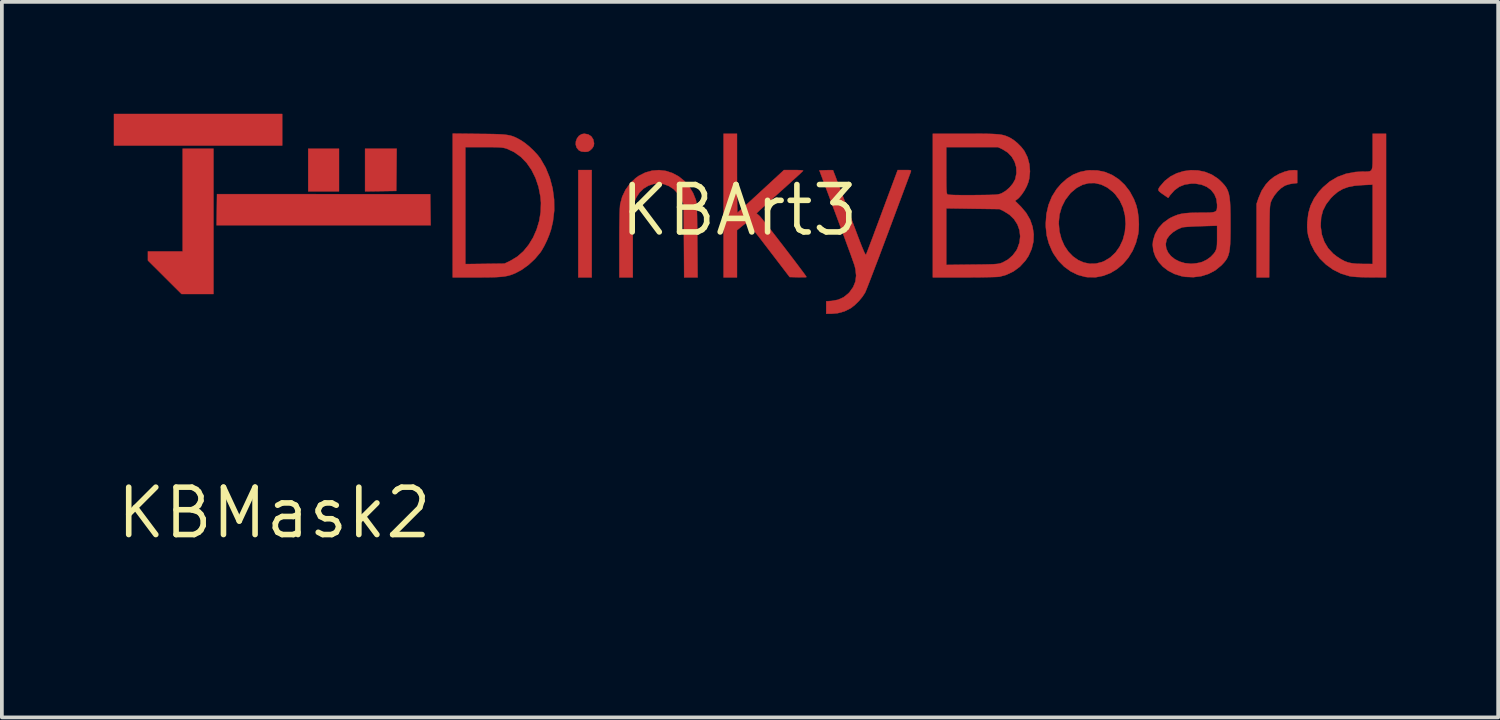
<source format=kicad_pcb>
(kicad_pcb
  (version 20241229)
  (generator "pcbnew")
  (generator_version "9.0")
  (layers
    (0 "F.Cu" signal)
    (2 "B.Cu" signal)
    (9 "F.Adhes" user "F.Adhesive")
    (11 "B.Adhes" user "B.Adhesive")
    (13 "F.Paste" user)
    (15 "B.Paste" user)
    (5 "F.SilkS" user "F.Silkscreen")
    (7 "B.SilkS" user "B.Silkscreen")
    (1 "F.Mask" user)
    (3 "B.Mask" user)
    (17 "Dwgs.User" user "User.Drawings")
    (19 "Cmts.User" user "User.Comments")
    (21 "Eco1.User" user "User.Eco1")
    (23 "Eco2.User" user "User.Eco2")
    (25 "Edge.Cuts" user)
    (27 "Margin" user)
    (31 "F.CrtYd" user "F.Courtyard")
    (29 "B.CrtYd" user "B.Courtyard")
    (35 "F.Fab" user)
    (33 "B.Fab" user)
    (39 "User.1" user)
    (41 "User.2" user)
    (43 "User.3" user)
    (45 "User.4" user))
  (footprint "KBArt3"
    (layer "F.Cu")
    (at 16.769 2.587)
    (property "Reference" "KBArt3" (at 0 0 0) (layer "F.SilkS") (effects (font (size 1.27 1.27) (thickness 0.15))))
    (attr through_hole)
    (fp_poly (pts (xy -12.255 -1.736) (xy -16.764 -1.736) (xy -16.764 -2.582) (xy -12.255 -2.582) (xy -12.255 -1.736)) (stroke (width 0.01) (type solid)) (fill yes) (layer "F.Cu"))
    (fp_poly (pts (xy -10.732 -0.508) (xy -11.557 -0.508) (xy -11.557 -1.651) (xy -10.732 -1.651) (xy -10.732 -0.508)) (stroke (width 0.01) (type solid)) (fill yes) (layer "F.Cu"))
    (fp_poly (pts (xy -3.958 1.799) (xy -4.318 1.799) (xy -4.318 -1.079) (xy -3.958 -1.079) (xy -3.958 1.799)) (stroke (width 0.01) (type solid)) (fill yes) (layer "F.Cu"))
    (fp_poly (pts (xy -9.191 -1.085) (xy -9.197 -0.519) (xy -9.615 -0.513) (xy -10.033 -0.507) (xy -10.033 -1.651) (xy -9.186 -1.651) (xy -9.191 -1.085)) (stroke (width 0.01) (type solid)) (fill yes) (layer "F.Cu"))
    (fp_poly (pts (xy -8.287 -0.431) (xy -8.281 -0.014) (xy -8.275 0.402) (xy -14.013 0.402) (xy -14.007 -0.016) (xy -14.002 -0.434) (xy -8.287 -0.431)) (stroke (width 0.01) (type solid)) (fill yes) (layer "F.Cu"))
    (fp_poly (pts (xy -14.097 2.244) (xy -14.952 2.244) (xy -15.403 1.795) (xy -15.854 1.345) (xy -15.854 1.101) (xy -14.922 1.101) (xy -14.922 -1.651) (xy -14.097 -1.651) (xy -14.097 2.244)) (stroke (width 0.01) (type solid)) (fill yes) (layer "F.Cu"))
    (fp_poly (pts (xy -4.053 -2.035) (xy -3.971 -1.983) (xy -3.917 -1.902) (xy -3.895 -1.799) (xy -3.895 -1.788) (xy -3.904 -1.726) (xy -3.937 -1.67) (xy -3.967 -1.638) (xy -4.018 -1.593) (xy -4.067 -1.572) (xy -4.133 -1.566) (xy -4.144 -1.566) (xy -4.236 -1.576) (xy -4.302 -1.608) (xy -4.304 -1.61) (xy -4.361 -1.678) (xy -4.386 -1.759) (xy -4.382 -1.846) (xy -4.352 -1.927) (xy -4.301 -1.995) (xy -4.229 -2.04) (xy -4.157 -2.053) (xy -4.053 -2.035)) (stroke (width 0.01) (type solid)) (fill yes) (layer "F.Cu"))
    (fp_poly (pts (xy 14.885 -1.076) (xy 14.954 -1.069) (xy 14.954 -0.73) (xy 14.835 -0.717) (xy 14.746 -0.701) (xy 14.655 -0.673) (xy 14.619 -0.658) (xy 14.523 -0.595) (xy 14.427 -0.504) (xy 14.34 -0.397) (xy 14.275 -0.287) (xy 14.263 -0.259) (xy 14.251 -0.23) (xy 14.241 -0.201) (xy 14.233 -0.169) (xy 14.227 -0.129) (xy 14.222 -0.078) (xy 14.218 -0.012) (xy 14.215 0.074) (xy 14.213 0.184) (xy 14.211 0.322) (xy 14.209 0.492) (xy 14.208 0.697) (xy 14.207 0.831) (xy 14.201 1.799) (xy 13.864 1.799) (xy 13.864 -0.172) (xy 13.917 -0.331) (xy 14.001 -0.527) (xy 14.112 -0.694) (xy 14.221 -0.811) (xy 14.337 -0.901) (xy 14.471 -0.977) (xy 14.614 -1.034) (xy 14.752 -1.069) (xy 14.876 -1.076) (xy 14.885 -1.076)) (stroke (width 0.01) (type solid)) (fill yes) (layer "F.Cu"))
    (fp_poly (pts (xy -1.97 -1.055) (xy -1.794 -0.998) (xy -1.629 -0.91) (xy -1.479 -0.79) (xy -1.349 -0.642) (xy -1.242 -0.466) (xy -1.173 -0.296) (xy -1.163 -0.265) (xy -1.156 -0.229) (xy -1.15 -0.184) (xy -1.144 -0.126) (xy -1.14 -0.052) (xy -1.137 0.044) (xy -1.134 0.164) (xy -1.132 0.313) (xy -1.13 0.495) (xy -1.128 0.714) (xy -1.127 0.81) (xy -1.119 1.799) (xy -1.48 1.799) (xy -1.492 -0.159) (xy -1.56 -0.301) (xy -1.65 -0.451) (xy -1.761 -0.567) (xy -1.887 -0.65) (xy -2.023 -0.701) (xy -2.164 -0.719) (xy -2.305 -0.705) (xy -2.44 -0.66) (xy -2.566 -0.584) (xy -2.675 -0.478) (xy -2.765 -0.342) (xy -2.824 -0.192) (xy -2.832 -0.158) (xy -2.839 -0.116) (xy -2.844 -0.062) (xy -2.849 0.008) (xy -2.852 0.099) (xy -2.855 0.214) (xy -2.856 0.358) (xy -2.857 0.534) (xy -2.857 0.746) (xy -2.857 0.861) (xy -2.857 1.799) (xy -3.217 1.799) (xy -3.217 0.885) (xy -3.217 0.645) (xy -3.215 0.428) (xy -3.212 0.24) (xy -3.209 0.082) (xy -3.204 -0.043) (xy -3.198 -0.13) (xy -3.194 -0.168) (xy -3.141 -0.363) (xy -3.052 -0.549) (xy -2.931 -0.717) (xy -2.784 -0.86) (xy -2.698 -0.922) (xy -2.521 -1.012) (xy -2.338 -1.063) (xy -2.153 -1.077) (xy -1.97 -1.055)) (stroke (width 0.01) (type solid)) (fill yes) (layer "F.Cu"))
    (fp_poly (pts (xy 17.335 1.799) (xy 16.917 1.797) (xy 16.709 1.794) (xy 16.542 1.787) (xy 16.415 1.775) (xy 16.351 1.765) (xy 16.126 1.696) (xy 15.917 1.592) (xy 15.727 1.456) (xy 15.56 1.293) (xy 15.422 1.105) (xy 15.317 0.899) (xy 15.249 0.685) (xy 15.229 0.571) (xy 15.221 0.453) (xy 15.223 0.393) (xy 15.582 0.393) (xy 15.584 0.443) (xy 15.614 0.654) (xy 15.681 0.846) (xy 15.783 1.017) (xy 15.919 1.164) (xy 16.008 1.234) (xy 16.119 1.307) (xy 16.218 1.361) (xy 16.316 1.398) (xy 16.422 1.42) (xy 16.549 1.433) (xy 16.706 1.437) (xy 16.716 1.437) (xy 16.976 1.439) (xy 16.976 0.376) (xy 16.976 -0.688) (xy 16.695 -0.675) (xy 16.491 -0.658) (xy 16.319 -0.624) (xy 16.171 -0.57) (xy 16.039 -0.492) (xy 15.916 -0.388) (xy 15.853 -0.323) (xy 15.729 -0.162) (xy 15.643 0.007) (xy 15.595 0.19) (xy 15.582 0.393) (xy 15.223 0.393) (xy 15.224 0.315) (xy 15.225 0.309) (xy 15.252 0.081) (xy 15.311 -0.125) (xy 15.405 -0.316) (xy 15.535 -0.498) (xy 15.643 -0.615) (xy 15.828 -0.774) (xy 16.034 -0.895) (xy 16.26 -0.979) (xy 16.505 -1.026) (xy 16.697 -1.037) (xy 16.783 -1.036) (xy 16.849 -1.038) (xy 16.898 -1.046) (xy 16.933 -1.066) (xy 16.955 -1.102) (xy 16.968 -1.16) (xy 16.974 -1.244) (xy 16.976 -1.359) (xy 16.976 -1.51) (xy 16.976 -1.567) (xy 16.976 -2.053) (xy 17.335 -2.053) (xy 17.335 1.799)) (stroke (width 0.01) (type solid)) (fill yes) (layer "F.Cu"))
    (fp_poly (pts (xy -6.969 -2.048) (xy -6.758 -2.046) (xy -6.583 -2.043) (xy -6.44 -2.038) (xy -6.324 -2.031) (xy -6.228 -2.02) (xy -6.147 -2.005) (xy -6.077 -1.985) (xy -6.012 -1.959) (xy -5.946 -1.927) (xy -5.873 -1.886) (xy -5.843 -1.869) (xy -5.74 -1.798) (xy -5.626 -1.704) (xy -5.512 -1.596) (xy -5.411 -1.487) (xy -5.336 -1.391) (xy -5.191 -1.14) (xy -5.081 -0.87) (xy -5.005 -0.584) (xy -4.966 -0.29) (xy -4.963 0.008) (xy -4.998 0.304) (xy -5.049 0.519) (xy -5.097 0.66) (xy -5.159 0.81) (xy -5.229 0.954) (xy -5.3 1.078) (xy -5.336 1.132) (xy -5.481 1.304) (xy -5.65 1.461) (xy -5.832 1.593) (xy -6.006 1.686) (xy -6.078 1.716) (xy -6.148 1.74) (xy -6.222 1.759) (xy -6.304 1.774) (xy -6.402 1.784) (xy -6.52 1.792) (xy -6.664 1.796) (xy -6.839 1.798) (xy -7.043 1.799) (xy -7.684 1.799) (xy -7.684 -1.693) (xy -7.345 -1.693) (xy -7.345 1.442) (xy -6.297 1.429) (xy -6.13 1.349) (xy -5.952 1.241) (xy -5.79 1.099) (xy -5.649 0.926) (xy -5.529 0.73) (xy -5.434 0.514) (xy -5.365 0.284) (xy -5.326 0.044) (xy -5.318 -0.2) (xy -5.332 -0.366) (xy -5.383 -0.626) (xy -5.464 -0.866) (xy -5.571 -1.082) (xy -5.702 -1.271) (xy -5.857 -1.431) (xy -6.032 -1.557) (xy -6.225 -1.648) (xy -6.235 -1.651) (xy -6.279 -1.665) (xy -6.325 -1.675) (xy -6.379 -1.683) (xy -6.449 -1.688) (xy -6.54 -1.691) (xy -6.66 -1.693) (xy -6.814 -1.693) (xy -6.851 -1.693) (xy -7.345 -1.693) (xy -7.684 -1.693) (xy -7.684 -2.056) (xy -6.969 -2.048)) (stroke (width 0.01) (type solid)) (fill yes) (layer "F.Cu"))
    (fp_poly (pts (xy 9.595 -1.069) (xy 9.8 -1.026) (xy 9.993 -0.946) (xy 10.17 -0.831) (xy 10.328 -0.683) (xy 10.465 -0.506) (xy 10.576 -0.3) (xy 10.641 -0.131) (xy 10.677 0.019) (xy 10.7 0.193) (xy 10.709 0.375) (xy 10.702 0.547) (xy 10.69 0.642) (xy 10.631 0.872) (xy 10.542 1.084) (xy 10.425 1.273) (xy 10.285 1.438) (xy 10.124 1.575) (xy 9.946 1.682) (xy 9.755 1.756) (xy 9.554 1.795) (xy 9.346 1.794) (xy 9.271 1.785) (xy 9.07 1.73) (xy 8.881 1.637) (xy 8.706 1.51) (xy 8.553 1.353) (xy 8.424 1.168) (xy 8.384 1.094) (xy 8.295 0.886) (xy 8.239 0.677) (xy 8.215 0.455) (xy 8.213 0.36) (xy 8.214 0.335) (xy 8.56 0.335) (xy 8.579 0.559) (xy 8.58 0.567) (xy 8.633 0.769) (xy 8.713 0.95) (xy 8.816 1.105) (xy 8.939 1.233) (xy 9.078 1.332) (xy 9.23 1.399) (xy 9.39 1.432) (xy 9.556 1.429) (xy 9.723 1.386) (xy 9.783 1.361) (xy 9.944 1.263) (xy 10.083 1.132) (xy 10.195 0.972) (xy 10.28 0.79) (xy 10.333 0.587) (xy 10.354 0.37) (xy 10.354 0.357) (xy 10.336 0.131) (xy 10.283 -0.077) (xy 10.195 -0.266) (xy 10.075 -0.43) (xy 10.012 -0.494) (xy 9.856 -0.614) (xy 9.693 -0.692) (xy 9.527 -0.73) (xy 9.361 -0.727) (xy 9.197 -0.683) (xy 9.039 -0.599) (xy 8.89 -0.474) (xy 8.869 -0.452) (xy 8.737 -0.28) (xy 8.641 -0.089) (xy 8.581 0.118) (xy 8.56 0.335) (xy 8.214 0.335) (xy 8.231 0.099) (xy 8.287 -0.144) (xy 8.378 -0.368) (xy 8.505 -0.57) (xy 8.625 -0.709) (xy 8.786 -0.852) (xy 8.95 -0.957) (xy 9.125 -1.027) (xy 9.317 -1.067) (xy 9.381 -1.073) (xy 9.595 -1.069)) (stroke (width 0.01) (type solid)) (fill yes) (layer "F.Cu"))
    (fp_poly (pts (xy -0.064 -0.995) (xy -0.063 -0.788) (xy -0.063 -0.594) (xy -0.062 -0.418) (xy -0.06 -0.263) (xy -0.059 -0.133) (xy -0.057 -0.033) (xy -0.055 0.033) (xy -0.053 0.063) (xy -0.052 0.064) (xy -0.035 0.05) (xy 0.01 0.01) (xy 0.08 -0.052) (xy 0.17 -0.134) (xy 0.278 -0.233) (xy 0.4 -0.345) (xy 0.533 -0.467) (xy 0.577 -0.508) (xy 1.196 -1.079) (xy 1.457 -1.079) (xy 1.556 -1.078) (xy 1.636 -1.075) (xy 1.69 -1.069) (xy 1.711 -1.062) (xy 1.711 -1.062) (xy 1.694 -1.044) (xy 1.649 -1.001) (xy 1.58 -0.937) (xy 1.49 -0.855) (xy 1.383 -0.757) (xy 1.262 -0.648) (xy 1.143 -0.541) (xy 1.01 -0.422) (xy 0.885 -0.309) (xy 0.772 -0.207) (xy 0.675 -0.119) (xy 0.598 -0.049) (xy 0.544 -0.000204) (xy 0.521 0.022) (xy 0.46 0.081) (xy 0.538 0.149) (xy 0.562 0.176) (xy 0.608 0.231) (xy 0.672 0.311) (xy 0.752 0.412) (xy 0.844 0.529) (xy 0.946 0.659) (xy 1.053 0.798) (xy 1.164 0.941) (xy 1.275 1.086) (xy 1.382 1.226) (xy 1.484 1.36) (xy 1.577 1.483) (xy 1.657 1.59) (xy 1.723 1.678) (xy 1.77 1.743) (xy 1.795 1.781) (xy 1.799 1.789) (xy 1.779 1.793) (xy 1.726 1.796) (xy 1.648 1.796) (xy 1.573 1.795) (xy 1.348 1.789) (xy 0.822 1.101) (xy 0.681 0.917) (xy 0.564 0.764) (xy 0.467 0.64) (xy 0.389 0.542) (xy 0.327 0.466) (xy 0.28 0.411) (xy 0.244 0.374) (xy 0.218 0.351) (xy 0.2 0.34) (xy 0.191 0.339) (xy 0.167 0.351) (xy 0.121 0.384) (xy 0.062 0.431) (xy 0.055 0.437) (xy -0.064 0.534) (xy -0.064 1.799) (xy -0.423 1.799) (xy -0.423 -2.053) (xy -0.064 -2.053) (xy -0.064 -0.995)) (stroke (width 0.01) (type solid)) (fill yes) (layer "F.Cu"))
    (fp_poly (pts (xy 4.517 -1.079) (xy 4.57 -1.076) (xy 4.596 -1.069) (xy 4.602 -1.056) (xy 4.596 -1.034) (xy 4.595 -1.032) (xy 4.585 -1.005) (xy 4.561 -0.941) (xy 4.525 -0.844) (xy 4.478 -0.717) (xy 4.42 -0.563) (xy 4.354 -0.385) (xy 4.279 -0.185) (xy 4.198 0.032) (xy 4.112 0.263) (xy 4.021 0.506) (xy 4.001 0.561) (xy 3.908 0.808) (xy 3.819 1.045) (xy 3.735 1.27) (xy 3.655 1.478) (xy 3.583 1.667) (xy 3.519 1.834) (xy 3.465 1.974) (xy 3.421 2.086) (xy 3.389 2.164) (xy 3.37 2.207) (xy 3.368 2.211) (xy 3.299 2.317) (xy 3.206 2.43) (xy 3.1 2.534) (xy 2.997 2.617) (xy 2.984 2.625) (xy 2.819 2.708) (xy 2.636 2.758) (xy 2.475 2.773) (xy 2.328 2.773) (xy 2.328 2.44) (xy 2.476 2.429) (xy 2.645 2.398) (xy 2.794 2.331) (xy 2.924 2.226) (xy 2.953 2.195) (xy 3.051 2.057) (xy 3.11 1.91) (xy 3.13 1.752) (xy 3.112 1.579) (xy 3.091 1.492) (xy 3.076 1.445) (xy 3.047 1.363) (xy 3.007 1.25) (xy 2.956 1.108) (xy 2.895 0.943) (xy 2.828 0.758) (xy 2.753 0.558) (xy 2.674 0.345) (xy 2.597 0.138) (xy 2.145 -1.069) (xy 2.324 -1.075) (xy 2.406 -1.077) (xy 2.47 -1.077) (xy 2.506 -1.075) (xy 2.51 -1.074) (xy 2.519 -1.054) (xy 2.54 -0.997) (xy 2.575 -0.908) (xy 2.619 -0.789) (xy 2.674 -0.645) (xy 2.736 -0.479) (xy 2.805 -0.294) (xy 2.88 -0.095) (xy 2.946 0.081) (xy 3.037 0.324) (xy 3.115 0.531) (xy 3.18 0.704) (xy 3.234 0.845) (xy 3.278 0.958) (xy 3.314 1.044) (xy 3.341 1.108) (xy 3.362 1.151) (xy 3.377 1.176) (xy 3.388 1.187) (xy 3.396 1.185) (xy 3.398 1.18) (xy 3.41 1.152) (xy 3.435 1.088) (xy 3.472 0.991) (xy 3.519 0.866) (xy 3.576 0.717) (xy 3.639 0.546) (xy 3.709 0.359) (xy 3.784 0.158) (xy 3.833 0.026) (xy 4.244 -1.079) (xy 4.429 -1.079) (xy 4.517 -1.079)) (stroke (width 0.01) (type solid)) (fill yes) (layer "F.Cu"))
    (fp_poly (pts (xy 6.059 -2.053) (xy 6.289 -2.053) (xy 6.481 -2.052) (xy 6.64 -2.05) (xy 6.77 -2.047) (xy 6.875 -2.041) (xy 6.96 -2.034) (xy 7.03 -2.024) (xy 7.089 -2.011) (xy 7.142 -1.994) (xy 7.192 -1.974) (xy 7.245 -1.95) (xy 7.25 -1.947) (xy 7.349 -1.886) (xy 7.455 -1.8) (xy 7.554 -1.7) (xy 7.634 -1.598) (xy 7.641 -1.587) (xy 7.724 -1.421) (xy 7.774 -1.235) (xy 7.79 -1.042) (xy 7.77 -0.849) (xy 7.747 -0.756) (xy 7.702 -0.642) (xy 7.64 -0.526) (xy 7.567 -0.419) (xy 7.494 -0.334) (xy 7.461 -0.305) (xy 7.391 -0.252) (xy 7.547 -0.098) (xy 7.688 0.069) (xy 7.793 0.25) (xy 7.86 0.442) (xy 7.89 0.641) (xy 7.882 0.84) (xy 7.835 1.037) (xy 7.75 1.226) (xy 7.668 1.349) (xy 7.52 1.511) (xy 7.347 1.639) (xy 7.153 1.731) (xy 6.978 1.779) (xy 6.933 1.784) (xy 6.852 1.788) (xy 6.739 1.791) (xy 6.6 1.794) (xy 6.439 1.797) (xy 6.262 1.798) (xy 6.075 1.799) (xy 6.03 1.799) (xy 5.186 1.799) (xy 5.186 -0.053) (xy 5.546 -0.053) (xy 5.546 1.464) (xy 6.239 1.456) (xy 6.429 1.454) (xy 6.583 1.452) (xy 6.704 1.449) (xy 6.798 1.446) (xy 6.87 1.441) (xy 6.925 1.436) (xy 6.968 1.428) (xy 7.004 1.419) (xy 7.038 1.406) (xy 7.053 1.401) (xy 7.197 1.322) (xy 7.324 1.211) (xy 7.425 1.077) (xy 7.45 1.03) (xy 7.509 0.865) (xy 7.528 0.698) (xy 7.509 0.534) (xy 7.454 0.38) (xy 7.364 0.24) (xy 7.242 0.12) (xy 7.093 0.026) (xy 6.974 -0.032) (xy 6.26 -0.042) (xy 5.546 -0.053) (xy 5.186 -0.053) (xy 5.186 -1.07) (xy 5.546 -1.07) (xy 5.546 -0.89) (xy 5.547 -0.748) (xy 5.548 -0.639) (xy 5.551 -0.559) (xy 5.554 -0.502) (xy 5.56 -0.465) (xy 5.567 -0.442) (xy 5.576 -0.429) (xy 5.583 -0.424) (xy 5.617 -0.417) (xy 5.693 -0.412) (xy 5.81 -0.408) (xy 5.968 -0.407) (xy 6.165 -0.407) (xy 6.276 -0.407) (xy 6.46 -0.409) (xy 6.607 -0.411) (xy 6.723 -0.413) (xy 6.811 -0.416) (xy 6.878 -0.42) (xy 6.928 -0.426) (xy 6.966 -0.434) (xy 6.999 -0.444) (xy 7.031 -0.457) (xy 7.044 -0.463) (xy 7.145 -0.525) (xy 7.244 -0.613) (xy 7.329 -0.714) (xy 7.387 -0.817) (xy 7.396 -0.839) (xy 7.428 -0.997) (xy 7.422 -1.154) (xy 7.379 -1.302) (xy 7.301 -1.436) (xy 7.193 -1.549) (xy 7.059 -1.633) (xy 6.932 -1.693) (xy 6.239 -1.693) (xy 5.546 -1.693) (xy 5.546 -1.07) (xy 5.186 -1.07) (xy 5.186 -2.053) (xy 6.059 -2.053)) (stroke (width 0.01) (type solid)) (fill yes) (layer "F.Cu"))
    (fp_poly (pts (xy 12.293 -1.069) (xy 12.482 -1.029) (xy 12.662 -0.957) (xy 12.825 -0.85) (xy 12.882 -0.801) (xy 12.952 -0.731) (xy 13.01 -0.666) (xy 13.056 -0.6) (xy 13.092 -0.527) (xy 13.12 -0.443) (xy 13.139 -0.343) (xy 13.152 -0.221) (xy 13.16 -0.073) (xy 13.164 0.106) (xy 13.165 0.323) (xy 13.165 0.353) (xy 13.165 0.573) (xy 13.162 0.755) (xy 13.156 0.905) (xy 13.145 1.028) (xy 13.129 1.128) (xy 13.106 1.211) (xy 13.076 1.282) (xy 13.036 1.345) (xy 12.986 1.407) (xy 12.926 1.471) (xy 12.914 1.482) (xy 12.758 1.609) (xy 12.578 1.704) (xy 12.381 1.766) (xy 12.171 1.793) (xy 11.956 1.784) (xy 11.853 1.766) (xy 11.666 1.708) (xy 11.499 1.623) (xy 11.355 1.514) (xy 11.238 1.385) (xy 11.151 1.241) (xy 11.097 1.086) (xy 11.079 0.924) (xy 11.081 0.908) (xy 11.428 0.908) (xy 11.443 1.022) (xy 11.491 1.13) (xy 11.569 1.228) (xy 11.672 1.31) (xy 11.797 1.374) (xy 11.938 1.416) (xy 12.093 1.432) (xy 12.15 1.431) (xy 12.245 1.421) (xy 12.34 1.403) (xy 12.41 1.383) (xy 12.53 1.324) (xy 12.639 1.244) (xy 12.724 1.153) (xy 12.757 1.103) (xy 12.776 1.062) (xy 12.79 1.02) (xy 12.799 0.97) (xy 12.804 0.903) (xy 12.806 0.809) (xy 12.806 0.711) (xy 12.806 0.413) (xy 12.367 0.426) (xy 12.23 0.43) (xy 12.105 0.437) (xy 11.998 0.444) (xy 11.916 0.451) (xy 11.868 0.458) (xy 11.863 0.46) (xy 11.739 0.514) (xy 11.625 0.587) (xy 11.531 0.671) (xy 11.467 0.759) (xy 11.452 0.79) (xy 11.428 0.908) (xy 11.081 0.908) (xy 11.09 0.811) (xy 11.144 0.636) (xy 11.234 0.478) (xy 11.359 0.34) (xy 11.513 0.227) (xy 11.553 0.204) (xy 11.65 0.158) (xy 11.742 0.122) (xy 11.84 0.096) (xy 11.95 0.079) (xy 12.082 0.069) (xy 12.242 0.065) (xy 12.353 0.064) (xy 12.502 0.063) (xy 12.614 0.061) (xy 12.695 0.053) (xy 12.749 0.038) (xy 12.782 0.013) (xy 12.799 -0.024) (xy 12.805 -0.076) (xy 12.806 -0.145) (xy 12.806 -0.151) (xy 12.787 -0.302) (xy 12.732 -0.434) (xy 12.645 -0.544) (xy 12.53 -0.629) (xy 12.389 -0.687) (xy 12.226 -0.715) (xy 12.108 -0.715) (xy 11.939 -0.69) (xy 11.792 -0.631) (xy 11.664 -0.538) (xy 11.547 -0.406) (xy 11.531 -0.383) (xy 11.496 -0.332) (xy 11.377 -0.414) (xy 11.298 -0.469) (xy 11.251 -0.509) (xy 11.231 -0.542) (xy 11.235 -0.575) (xy 11.258 -0.616) (xy 11.273 -0.637) (xy 11.4 -0.785) (xy 11.552 -0.904) (xy 11.723 -0.992) (xy 11.908 -1.049) (xy 12.1 -1.075) (xy 12.293 -1.069)) (stroke (width 0.01) (type solid)) (fill yes) (layer "F.Cu")))
  (footprint "KBMask2"
    (layer "F.Cu")
    (at 4.301 10.699)
    (property "Reference" "KBMask2" (at 0 0 0) (layer "F.SilkS") (effects (font (size 1.27 1.27) (thickness 0.15))))
    (attr through_hole)
    (fp_poly (pts (xy 0.254 -1.503) (xy -4.255 -1.503) (xy -4.255 -2.328) (xy 0.254 -2.328) (xy 0.254 -1.503)) (stroke (width 0.01) (type solid)) (fill yes) (layer "F.Mask"))
    (fp_poly (pts (xy 1.799 -0.275) (xy 0.953 -0.275) (xy 0.953 -1.418) (xy 1.799 -1.418) (xy 1.799 -0.275)) (stroke (width 0.01) (type solid)) (fill yes) (layer "F.Mask"))
    (fp_poly (pts (xy 3.323 -0.275) (xy 2.477 -0.275) (xy 2.477 -1.418) (xy 3.323 -1.418) (xy 3.323 -0.275)) (stroke (width 0.01) (type solid)) (fill yes) (layer "F.Mask"))
    (fp_poly (pts (xy 4.233 0.635) (xy -1.482 0.635) (xy -1.482 -0.191) (xy 4.233 -0.191) (xy 4.233 0.635)) (stroke (width 0.01) (type solid)) (fill yes) (layer "F.Mask"))
    (fp_poly (pts (xy -1.566 2.477) (xy -2.445 2.477) (xy -2.884 2.037) (xy -3.323 1.598) (xy -3.323 1.333) (xy -2.413 1.333) (xy -2.413 -1.418) (xy -1.566 -1.418) (xy -1.566 2.477)) (stroke (width 0.01) (type solid)) (fill yes) (layer "F.Mask")))
  (gr_rect
    (start -3 -3)
    (end 37.109 16.18)
    (stroke (width 0.1) (type default))
    (fill no)
    (layer "Edge.Cuts")))
</source>
